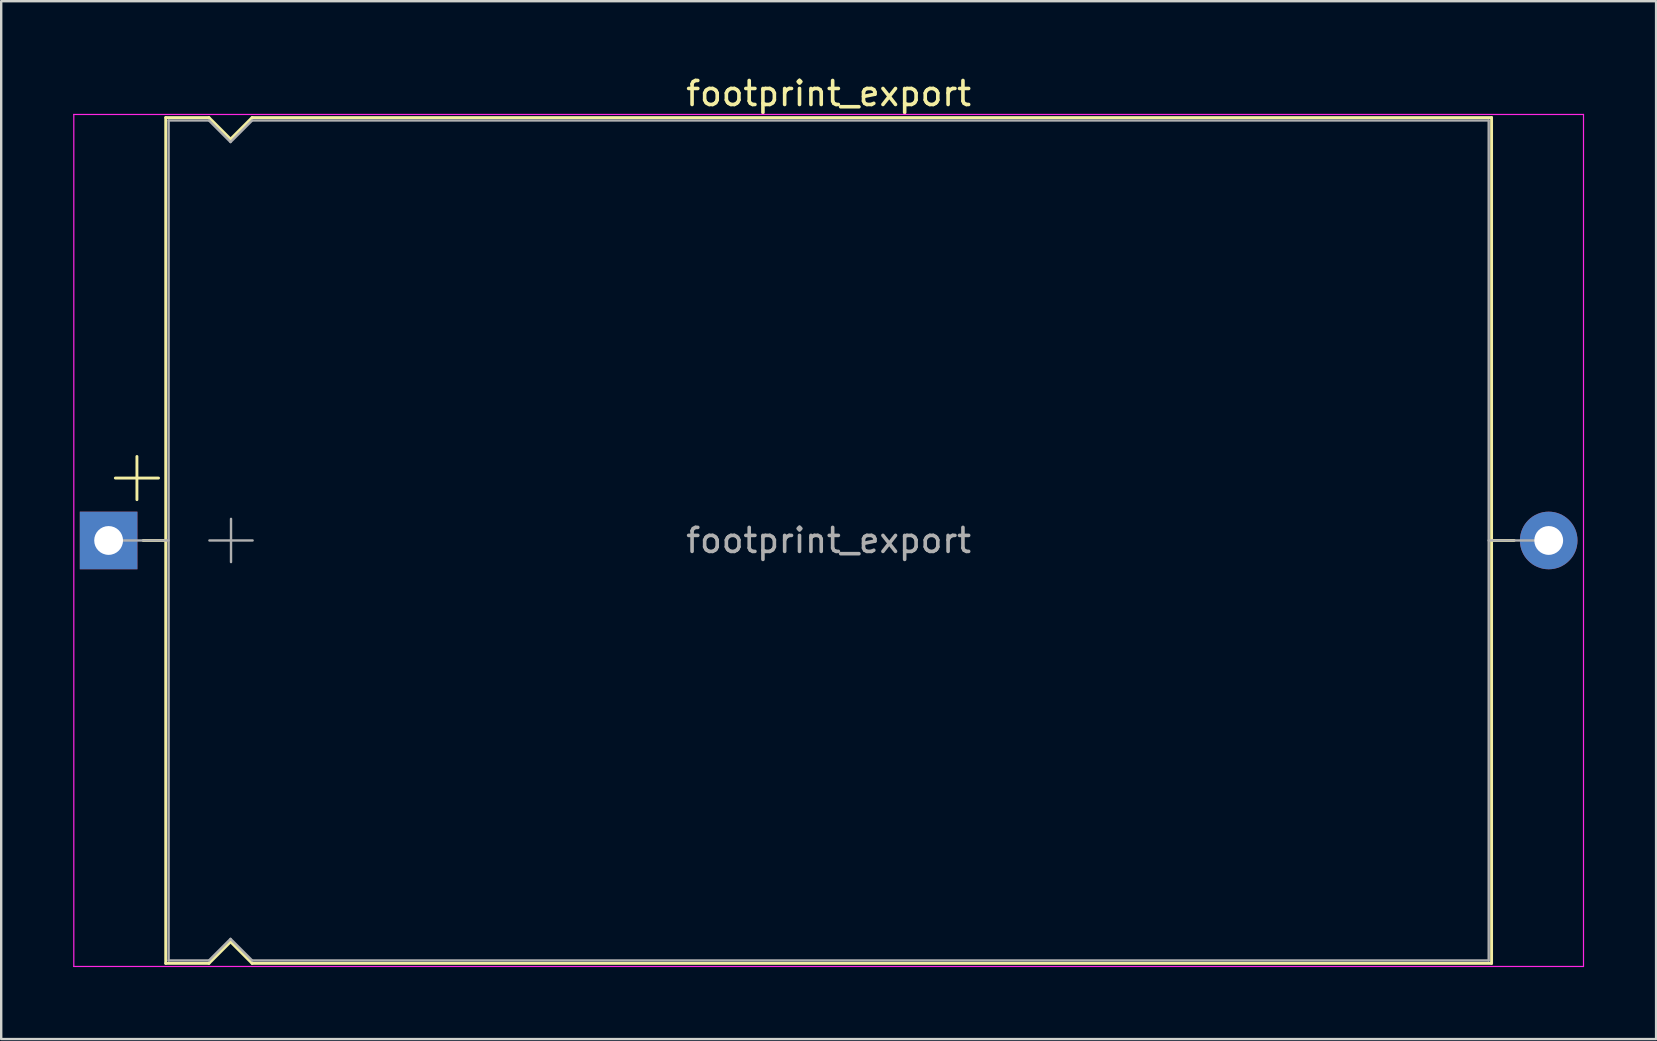
<source format=kicad_pcb>
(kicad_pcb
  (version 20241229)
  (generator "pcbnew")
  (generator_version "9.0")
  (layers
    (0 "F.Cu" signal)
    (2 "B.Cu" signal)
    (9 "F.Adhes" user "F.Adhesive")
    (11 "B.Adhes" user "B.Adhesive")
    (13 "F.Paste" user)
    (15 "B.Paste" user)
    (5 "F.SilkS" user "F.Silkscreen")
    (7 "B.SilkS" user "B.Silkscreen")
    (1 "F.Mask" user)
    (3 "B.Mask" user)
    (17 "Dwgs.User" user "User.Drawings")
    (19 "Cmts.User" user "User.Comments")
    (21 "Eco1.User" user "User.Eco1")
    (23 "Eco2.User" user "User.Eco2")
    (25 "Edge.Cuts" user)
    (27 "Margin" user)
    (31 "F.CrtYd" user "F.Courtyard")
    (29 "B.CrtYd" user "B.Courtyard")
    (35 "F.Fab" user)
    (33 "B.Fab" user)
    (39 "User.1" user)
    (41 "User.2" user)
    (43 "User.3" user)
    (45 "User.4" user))
  (footprint "footprint_export"
    (layer "F.Cu")
    (at 1.475 19.468)
    (property "Reference" "footprint_export" (at 30 -18.62 0) (layer "F.SilkS") (effects (font (size 1 1) (thickness 0.15))))
    (attr through_hole)
    (fp_line (start 0.28 -2.6) (end 2.08 -2.6) (stroke (width 0.12) (type solid)) (layer "F.SilkS"))
    (fp_line (start 1.18 -3.5) (end 1.18 -1.7) (stroke (width 0.12) (type solid)) (layer "F.SilkS"))
    (fp_line (start 1.44 0) (end 2.38 0) (stroke (width 0.12) (type solid)) (layer "F.SilkS"))
    (fp_line (start 2.38 -17.62) (end 2.38 17.62) (stroke (width 0.12) (type solid)) (layer "F.SilkS"))
    (fp_line (start 2.38 -17.62) (end 4.18 -17.62) (stroke (width 0.12) (type solid)) (layer "F.SilkS"))
    (fp_line (start 2.38 17.62) (end 4.18 17.62) (stroke (width 0.12) (type solid)) (layer "F.SilkS"))
    (fp_line (start 4.18 -17.62) (end 5.08 -16.72) (stroke (width 0.12) (type solid)) (layer "F.SilkS"))
    (fp_line (start 4.18 17.62) (end 5.08 16.72) (stroke (width 0.12) (type solid)) (layer "F.SilkS"))
    (fp_line (start 5.08 -16.72) (end 5.98 -17.62) (stroke (width 0.12) (type solid)) (layer "F.SilkS"))
    (fp_line (start 5.08 16.72) (end 5.98 17.62) (stroke (width 0.12) (type solid)) (layer "F.SilkS"))
    (fp_line (start 5.98 -17.62) (end 57.62 -17.62) (stroke (width 0.12) (type solid)) (layer "F.SilkS"))
    (fp_line (start 5.98 17.62) (end 57.62 17.62) (stroke (width 0.12) (type solid)) (layer "F.SilkS"))
    (fp_line (start 57.62 -17.62) (end 57.62 17.62) (stroke (width 0.12) (type solid)) (layer "F.SilkS"))
    (fp_line (start 58.56 0) (end 57.62 0) (stroke (width 0.12) (type solid)) (layer "F.SilkS"))
    (fp_line (start -1.45 -17.75) (end -1.45 17.75) (stroke (width 0.05) (type solid)) (layer "F.CrtYd"))
    (fp_line (start -1.45 17.75) (end 61.45 17.75) (stroke (width 0.05) (type solid)) (layer "F.CrtYd"))
    (fp_line (start 61.45 -17.75) (end -1.45 -17.75) (stroke (width 0.05) (type solid)) (layer "F.CrtYd"))
    (fp_line (start 61.45 17.75) (end 61.45 -17.75) (stroke (width 0.05) (type solid)) (layer "F.CrtYd"))
    (fp_line (start 0 0) (end 2.5 0) (stroke (width 0.1) (type solid)) (layer "F.Fab"))
    (fp_line (start 2.5 -17.5) (end 2.5 17.5) (stroke (width 0.1) (type solid)) (layer "F.Fab"))
    (fp_line (start 2.5 -17.5) (end 4.18 -17.5) (stroke (width 0.1) (type solid)) (layer "F.Fab"))
    (fp_line (start 2.5 17.5) (end 4.18 17.5) (stroke (width 0.1) (type solid)) (layer "F.Fab"))
    (fp_line (start 4.18 -17.5) (end 5.08 -16.6) (stroke (width 0.1) (type solid)) (layer "F.Fab"))
    (fp_line (start 4.18 17.5) (end 5.08 16.6) (stroke (width 0.1) (type solid)) (layer "F.Fab"))
    (fp_line (start 4.2 0) (end 6 0) (stroke (width 0.1) (type solid)) (layer "F.Fab"))
    (fp_line (start 5.08 -16.6) (end 5.98 -17.5) (stroke (width 0.1) (type solid)) (layer "F.Fab"))
    (fp_line (start 5.08 16.6) (end 5.98 17.5) (stroke (width 0.1) (type solid)) (layer "F.Fab"))
    (fp_line (start 5.1 -0.9) (end 5.1 0.9) (stroke (width 0.1) (type solid)) (layer "F.Fab"))
    (fp_line (start 5.98 -17.5) (end 57.5 -17.5) (stroke (width 0.1) (type solid)) (layer "F.Fab"))
    (fp_line (start 5.98 17.5) (end 57.5 17.5) (stroke (width 0.1) (type solid)) (layer "F.Fab"))
    (fp_line (start 57.5 -17.5) (end 57.5 17.5) (stroke (width 0.1) (type solid)) (layer "F.Fab"))
    (fp_line (start 60 0) (end 57.5 0) (stroke (width 0.1) (type solid)) (layer "F.Fab"))
    (fp_text user "${REFERENCE}" (at 30 0 0) (layer "F.Fab") (effects (font (size 1 1) (thickness 0.15))))
    (pad "1" thru_hole rect (at 0 0) (size 2.4 2.4) (drill 1.2) (layers "*.Cu" "*.Mask"))
    (pad "2" thru_hole oval (at 60 0) (size 2.4 2.4) (drill 1.2) (layers "*.Cu" "*.Mask")))
  (gr_rect
    (start -3 -3)
    (end 65.95 40.243)
    (stroke (width 0.1) (type default))
    (fill no)
    (layer "Edge.Cuts")))
</source>
